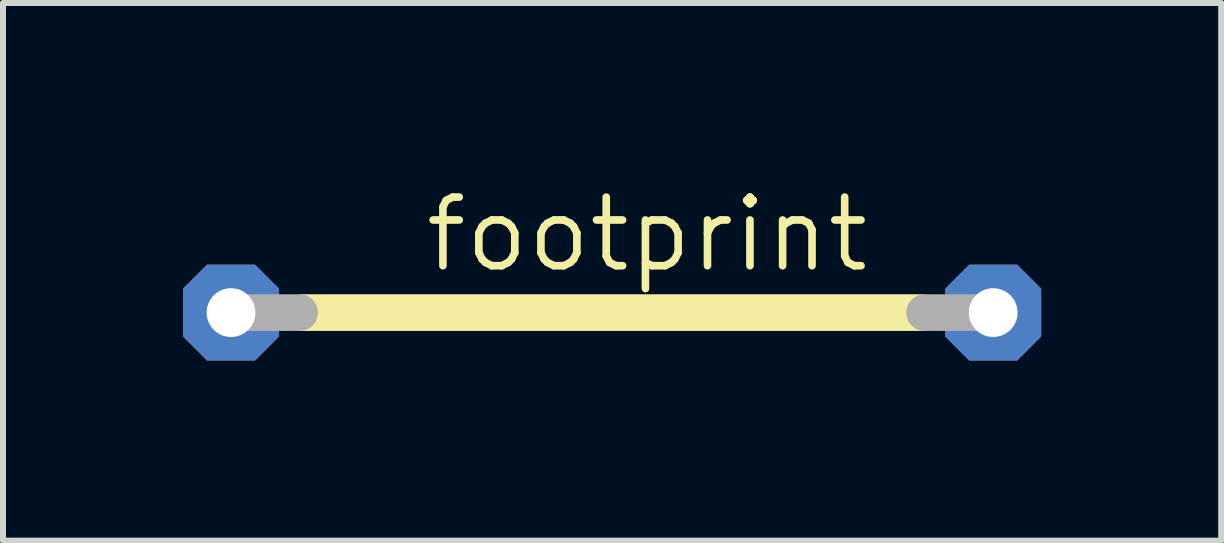
<source format=kicad_pcb>
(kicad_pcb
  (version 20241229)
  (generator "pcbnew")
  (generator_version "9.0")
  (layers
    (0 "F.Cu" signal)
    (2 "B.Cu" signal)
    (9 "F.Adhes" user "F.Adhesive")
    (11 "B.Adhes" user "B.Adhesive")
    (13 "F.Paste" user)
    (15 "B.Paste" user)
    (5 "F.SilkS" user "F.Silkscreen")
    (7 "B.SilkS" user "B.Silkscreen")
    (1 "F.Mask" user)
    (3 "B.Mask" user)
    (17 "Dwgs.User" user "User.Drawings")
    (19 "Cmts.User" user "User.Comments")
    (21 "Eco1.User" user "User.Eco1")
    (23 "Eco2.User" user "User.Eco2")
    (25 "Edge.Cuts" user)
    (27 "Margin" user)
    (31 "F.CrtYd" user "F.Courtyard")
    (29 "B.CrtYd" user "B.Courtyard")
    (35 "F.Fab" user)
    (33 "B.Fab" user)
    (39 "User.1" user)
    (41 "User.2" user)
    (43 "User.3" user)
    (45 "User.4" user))
  (footprint "footprint"
    (layer "F.Cu")
    (at 7.15 2.159)
    (property "Reference" "footprint" (at -3.175 -0.635 0) (layer "F.SilkS") (effects (font (size 1.143 1.143) (thickness 0.127)) (justify left bottom)))
    (fp_line (start -5.156 0) (end 5.156 0) (stroke (width 0.61) (type solid)) (layer "F.SilkS"))
    (fp_line (start -6.35 0) (end -5.207 0) (stroke (width 0.61) (type solid)) (layer "F.Fab"))
    (fp_line (start 6.35 0) (end 5.207 0) (stroke (width 0.61) (type solid)) (layer "F.Fab"))
    (pad "1" thru_hole roundrect (at -6.35 0) (size 1.6 1.6) (drill 0.813) (layers "*.Cu" "*.Mask") (roundrect_rratio 0.25) (chamfer_ratio 0.25) (chamfer top_left top_right bottom_left bottom_right))
    (pad "2" thru_hole roundrect (at 6.35 0) (size 1.6 1.6) (drill 0.813) (layers "*.Cu" "*.Mask") (roundrect_rratio 0.25) (chamfer_ratio 0.25) (chamfer top_left top_right bottom_left bottom_right)))
  (gr_rect
    (start -3 -3)
    (end 17.3 5.959)
    (stroke (width 0.1) (type default))
    (fill no)
    (layer "Edge.Cuts")))
</source>
